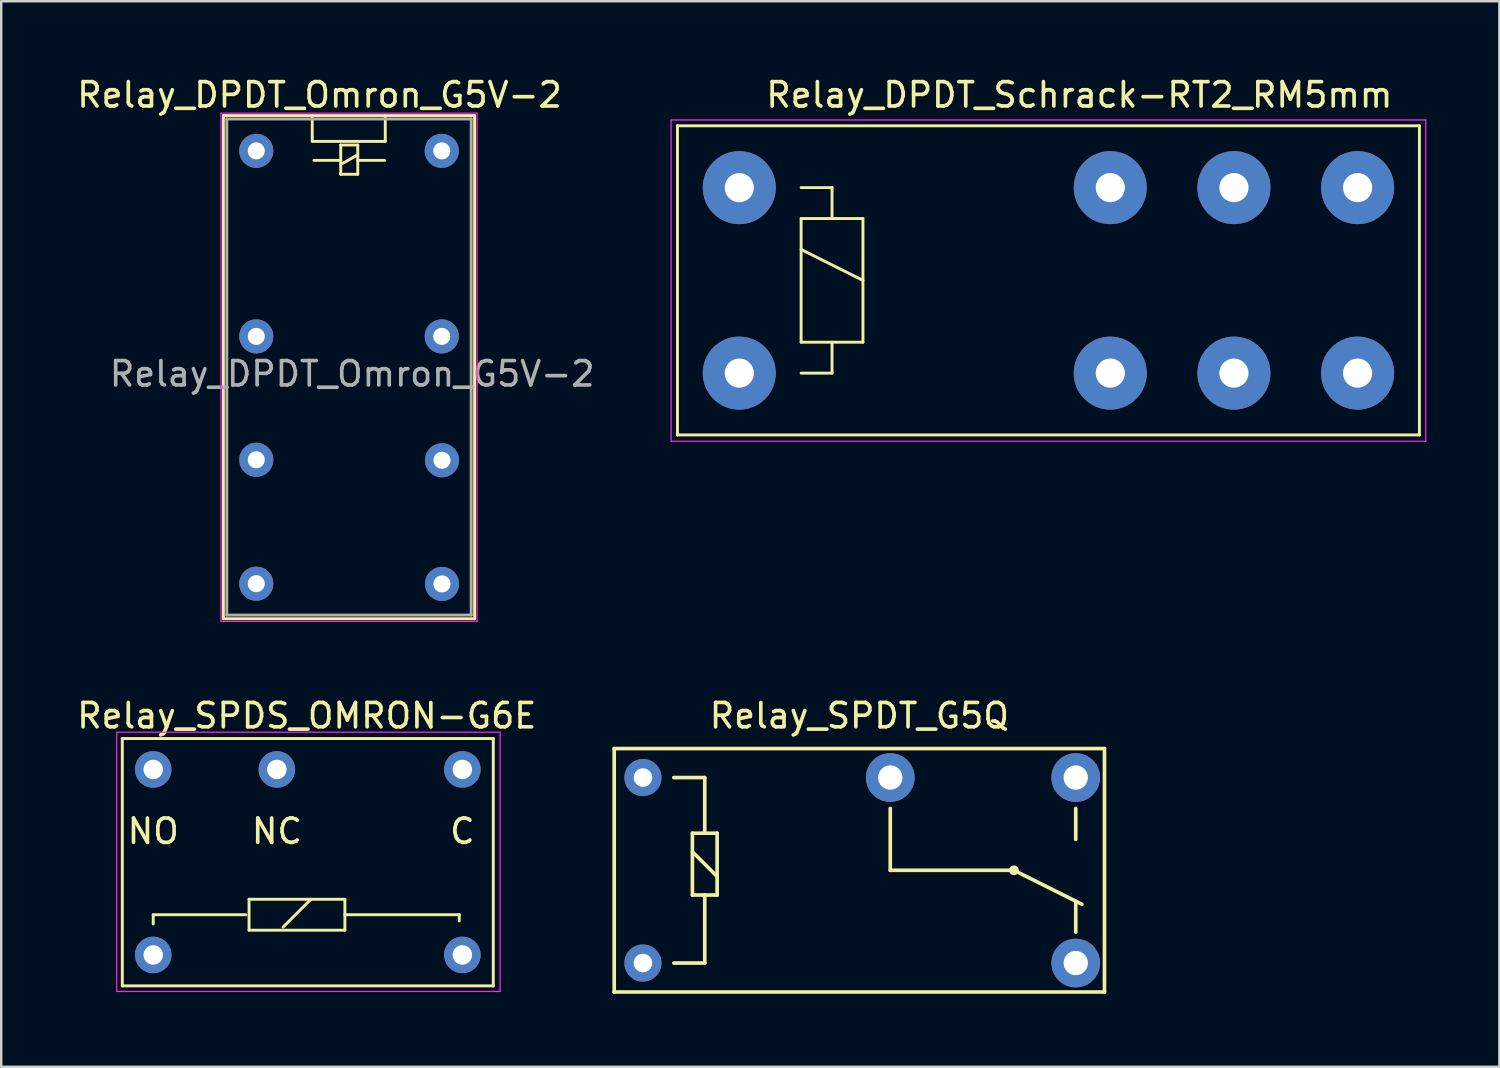
<source format=kicad_pcb>
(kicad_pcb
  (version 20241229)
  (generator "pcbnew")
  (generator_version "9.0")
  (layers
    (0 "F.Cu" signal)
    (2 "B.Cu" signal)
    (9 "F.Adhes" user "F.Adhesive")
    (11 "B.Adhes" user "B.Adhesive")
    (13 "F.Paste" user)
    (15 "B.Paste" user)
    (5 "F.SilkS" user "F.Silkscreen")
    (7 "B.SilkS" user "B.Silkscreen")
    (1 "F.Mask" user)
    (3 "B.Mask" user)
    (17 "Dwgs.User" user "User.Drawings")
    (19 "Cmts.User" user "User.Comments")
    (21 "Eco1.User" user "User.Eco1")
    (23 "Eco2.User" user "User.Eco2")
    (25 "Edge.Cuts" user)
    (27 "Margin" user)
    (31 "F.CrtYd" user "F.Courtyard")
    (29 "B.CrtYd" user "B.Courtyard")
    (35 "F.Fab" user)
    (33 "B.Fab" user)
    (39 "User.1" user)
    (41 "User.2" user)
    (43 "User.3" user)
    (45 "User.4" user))
  (footprint "Relay_SPDT_G5Q"
    (layer "F.Cu")
    (at 23.362 28.892)
    (property "Reference" "Relay_SPDT_G5Q" (at 8.89 -2.54 0) (layer "F.SilkS") (effects (font (size 1 1) (thickness 0.15))))
    (attr through_hole)
    (fp_line (start -1.18 -1.19) (end -1.18 8.81) (stroke (width 0.15) (type solid)) (layer "F.SilkS"))
    (fp_line (start -1.18 -1.19) (end 18.96 -1.19) (stroke (width 0.15) (type solid)) (layer "F.SilkS"))
    (fp_line (start -1.18 8.81) (end 18.96 8.81) (stroke (width 0.15) (type solid)) (layer "F.SilkS"))
    (fp_line (start 1.27 0) (end 2.54 0) (stroke (width 0.15) (type solid)) (layer "F.SilkS"))
    (fp_line (start 2.032 2.286) (end 2.032 4.826) (stroke (width 0.15) (type solid)) (layer "F.SilkS"))
    (fp_line (start 2.032 3.048) (end 3.048 4.064) (stroke (width 0.15) (type solid)) (layer "F.SilkS"))
    (fp_line (start 2.032 4.826) (end 2.54 4.826) (stroke (width 0.15) (type solid)) (layer "F.SilkS"))
    (fp_line (start 2.54 0) (end 2.54 2.286) (stroke (width 0.15) (type solid)) (layer "F.SilkS"))
    (fp_line (start 2.54 2.286) (end 2.032 2.286) (stroke (width 0.15) (type solid)) (layer "F.SilkS"))
    (fp_line (start 2.54 4.826) (end 2.54 7.62) (stroke (width 0.15) (type solid)) (layer "F.SilkS"))
    (fp_line (start 2.54 4.826) (end 3.048 4.826) (stroke (width 0.15) (type solid)) (layer "F.SilkS"))
    (fp_line (start 2.54 7.62) (end 1.27 7.62) (stroke (width 0.15) (type solid)) (layer "F.SilkS"))
    (fp_line (start 3.048 2.286) (end 2.54 2.286) (stroke (width 0.15) (type solid)) (layer "F.SilkS"))
    (fp_line (start 3.048 4.826) (end 3.048 2.286) (stroke (width 0.15) (type solid)) (layer "F.SilkS"))
    (fp_line (start 10.16 1.27) (end 10.16 3.81) (stroke (width 0.15) (type solid)) (layer "F.SilkS"))
    (fp_line (start 10.16 3.81) (end 15.24 3.81) (stroke (width 0.15) (type solid)) (layer "F.SilkS"))
    (fp_line (start 15.24 3.81) (end 18.034 5.207) (stroke (width 0.15) (type solid)) (layer "F.SilkS"))
    (fp_line (start 17.78 1.27) (end 17.78 2.54) (stroke (width 0.15) (type solid)) (layer "F.SilkS"))
    (fp_line (start 17.78 5.08) (end 17.78 6.35) (stroke (width 0.15) (type solid)) (layer "F.SilkS"))
    (fp_line (start 18.96 -1.19) (end 18.96 8.81) (stroke (width 0.15) (type solid)) (layer "F.SilkS"))
    (fp_circle (center 15.24 3.81) (end 15.24 3.683) (stroke (width 0.15) (type solid)) (fill no) (layer "F.SilkS"))
    (pad "1" thru_hole circle (at 0 0) (size 1.524 1.524) (drill 0.762) (layers "*.Cu" "*.Mask"))
    (pad "2" thru_hole circle (at 10.16 0) (size 2 2) (drill 1) (layers "*.Cu" "*.Mask"))
    (pad "3" thru_hole circle (at 17.78 0) (size 2 2) (drill 1) (layers "*.Cu" "*.Mask"))
    (pad "4" thru_hole circle (at 17.78 7.62) (size 2 2) (drill 1) (layers "*.Cu" "*.Mask"))
    (pad "5" thru_hole circle (at 0 7.62) (size 1.524 1.524) (drill 0.762) (layers "*.Cu" "*.Mask")))
  (footprint "Relay_SPDS_OMRON-G6E"
    (layer "F.Cu")
    (at 3.244 36.179)
    (property "Reference" "Relay_SPDS_OMRON-G6E" (at 6.309 -9.827 0) (layer "F.SilkS") (effects (font (size 1 1) (thickness 0.15))))
    (attr through_hole)
    (fp_line (start -1.27 -8.89) (end -1.27 1.27) (stroke (width 0.12) (type solid)) (layer "F.SilkS"))
    (fp_line (start -1.27 1.27) (end 13.97 1.27) (stroke (width 0.12) (type solid)) (layer "F.SilkS"))
    (fp_line (start 0 -1.651) (end 0 -1.27) (stroke (width 0.12) (type solid)) (layer "F.SilkS"))
    (fp_line (start 3.81 -1.651) (end 0 -1.651) (stroke (width 0.12) (type solid)) (layer "F.SilkS"))
    (fp_line (start 3.937 -2.286) (end 7.874 -2.286) (stroke (width 0.12) (type solid)) (layer "F.SilkS"))
    (fp_line (start 3.937 -1.016) (end 3.937 -2.286) (stroke (width 0.12) (type solid)) (layer "F.SilkS"))
    (fp_line (start 5.334 -1.143) (end 6.477 -2.286) (stroke (width 0.12) (type solid)) (layer "F.SilkS"))
    (fp_line (start 7.874 -2.286) (end 7.874 -1.016) (stroke (width 0.12) (type solid)) (layer "F.SilkS"))
    (fp_line (start 7.874 -1.651) (end 12.573 -1.651) (stroke (width 0.12) (type solid)) (layer "F.SilkS"))
    (fp_line (start 7.874 -1.016) (end 3.937 -1.016) (stroke (width 0.12) (type solid)) (layer "F.SilkS"))
    (fp_line (start 12.573 -1.651) (end 12.573 -1.397) (stroke (width 0.12) (type solid)) (layer "F.SilkS"))
    (fp_line (start 13.97 -8.89) (end -1.27 -8.89) (stroke (width 0.12) (type solid)) (layer "F.SilkS"))
    (fp_line (start 13.97 1.27) (end 13.97 -8.89) (stroke (width 0.12) (type solid)) (layer "F.SilkS"))
    (fp_line (start -1.5 -9.15) (end -1.5 1.5) (stroke (width 0.05) (type solid)) (layer "F.CrtYd"))
    (fp_line (start -1.5 -9.15) (end 14.25 -9.15) (stroke (width 0.05) (type solid)) (layer "F.CrtYd"))
    (fp_line (start -1.5 1.5) (end 14.25 1.5) (stroke (width 0.05) (type solid)) (layer "F.CrtYd"))
    (fp_line (start 14.25 -9.15) (end 14.25 1.5) (stroke (width 0.05) (type solid)) (layer "F.CrtYd"))
    (fp_text user "NO" (at 0 -5.08 0) (layer "F.SilkS") (effects (font (size 1 1) (thickness 0.15))))
    (fp_text user "NC" (at 5.08 -5.08 0) (layer "F.SilkS") (effects (font (size 1 1) (thickness 0.15))))
    (fp_text user "C" (at 12.7 -5.08 0) (layer "F.SilkS") (effects (font (size 1 1) (thickness 0.15))))
    (pad "1" thru_hole circle (at 0 0) (size 1.501 1.501) (drill 0.8) (layers "*.Cu" "*.Mask"))
    (pad "6" thru_hole circle (at 12.7 0) (size 1.501 1.501) (drill 0.8) (layers "*.Cu" "*.Mask"))
    (pad "7" thru_hole circle (at 12.7 -7.62) (size 1.501 1.501) (drill 0.8) (layers "*.Cu" "*.Mask"))
    (pad "10" thru_hole circle (at 5.08 -7.62) (size 1.501 1.501) (drill 0.8) (layers "*.Cu" "*.Mask"))
    (pad "12" thru_hole circle (at 0 -7.62) (size 1.501 1.501) (drill 0.8) (layers "*.Cu" "*.Mask")))
  (footprint "Relay_DPDT_Omron_G5V-2"
    (layer "F.Cu")
    (at 7.477 3.148)
    (property "Reference" "Relay_DPDT_Omron_G5V-2" (at 2.6 -2.3 0) (layer "F.SilkS") (effects (font (size 1 1) (thickness 0.15))))
    (attr through_hole)
    (fp_line (start -1.35 -1.45) (end -1.35 19.22) (stroke (width 0.12) (type solid)) (layer "F.SilkS"))
    (fp_line (start -1.35 19.22) (end 8.97 19.22) (stroke (width 0.12) (type solid)) (layer "F.SilkS"))
    (fp_line (start 2.3 -1.45) (end 2.3 -0.41) (stroke (width 0.12) (type solid)) (layer "F.SilkS"))
    (fp_line (start 2.3 -0.39) (end 5.3 -0.39) (stroke (width 0.12) (type solid)) (layer "F.SilkS"))
    (fp_line (start 3.47 -0.24) (end 3.47 0.96) (stroke (width 0.12) (type solid)) (layer "F.SilkS"))
    (fp_line (start 3.47 0.39) (end 2.37 0.39) (stroke (width 0.12) (type solid)) (layer "F.SilkS"))
    (fp_line (start 3.47 0.56) (end 4.17 0.16) (stroke (width 0.12) (type solid)) (layer "F.SilkS"))
    (fp_line (start 3.47 0.96) (end 4.17 0.96) (stroke (width 0.12) (type solid)) (layer "F.SilkS"))
    (fp_line (start 4.17 -0.24) (end 3.47 -0.24) (stroke (width 0.12) (type solid)) (layer "F.SilkS"))
    (fp_line (start 4.17 0.39) (end 5.27 0.39) (stroke (width 0.12) (type solid)) (layer "F.SilkS"))
    (fp_line (start 4.17 0.96) (end 4.17 -0.24) (stroke (width 0.12) (type solid)) (layer "F.SilkS"))
    (fp_line (start 5.3 -0.39) (end 5.3 -1.45) (stroke (width 0.12) (type solid)) (layer "F.SilkS"))
    (fp_line (start 8.97 -1.45) (end -1.35 -1.45) (stroke (width 0.12) (type solid)) (layer "F.SilkS"))
    (fp_line (start 8.97 19.22) (end 8.97 -1.45) (stroke (width 0.12) (type solid)) (layer "F.SilkS"))
    (fp_line (start -1.45 -1.55) (end -1.45 19.33) (stroke (width 0.05) (type solid)) (layer "F.CrtYd"))
    (fp_line (start -1.45 -1.55) (end 9.07 -1.55) (stroke (width 0.05) (type solid)) (layer "F.CrtYd"))
    (fp_line (start 9.07 -1.55) (end 9.07 19.33) (stroke (width 0.05) (type solid)) (layer "F.CrtYd"))
    (fp_line (start 9.07 19.33) (end -1.45 19.33) (stroke (width 0.05) (type solid)) (layer "F.CrtYd"))
    (fp_line (start -1.21 -1.31) (end -1.21 19.07) (stroke (width 0.12) (type solid)) (layer "F.Fab"))
    (fp_line (start -1.21 19.07) (end 8.83 19.07) (stroke (width 0.12) (type solid)) (layer "F.Fab"))
    (fp_line (start 8.83 -1.31) (end -1.21 -1.31) (stroke (width 0.12) (type solid)) (layer "F.Fab"))
    (fp_line (start 8.83 19.07) (end 8.83 -1.31) (stroke (width 0.12) (type solid)) (layer "F.Fab"))
    (fp_text user "${REFERENCE}" (at 3.94 9.16 0) (layer "F.Fab") (effects (font (size 1 1) (thickness 0.15))))
    (pad "1" thru_hole circle (at 0 0) (size 1.4 1.4) (drill 0.7) (layers "*.Cu" "*.Mask"))
    (pad "4" thru_hole circle (at 0 7.62) (size 1.4 1.4) (drill 0.7) (layers "*.Cu" "*.Mask"))
    (pad "6" thru_hole circle (at 0 12.69) (size 1.4 1.4) (drill 0.7) (layers "*.Cu" "*.Mask"))
    (pad "8" thru_hole circle (at 0 17.78) (size 1.4 1.4) (drill 0.7) (layers "*.Cu" "*.Mask"))
    (pad "9" thru_hole circle (at 7.63 17.79) (size 1.4 1.4) (drill 0.7) (layers "*.Cu" "*.Mask"))
    (pad "11" thru_hole circle (at 7.63 12.71) (size 1.4 1.4) (drill 0.7) (layers "*.Cu" "*.Mask"))
    (pad "13" thru_hole circle (at 7.62 7.62) (size 1.4 1.4) (drill 0.7) (layers "*.Cu" "*.Mask"))
    (pad "16" thru_hole circle (at 7.62 0) (size 1.4 1.4) (drill 0.7) (layers "*.Cu" "*.Mask")))
  (footprint "Relay_DPDT_Schrack-RT2_RM5mm"
    (layer "F.Cu")
    (at 27.32 12.278)
    (property "Reference" "Relay_DPDT_Schrack-RT2_RM5mm" (at 13.97 -11.43 0) (layer "F.SilkS") (effects (font (size 1 1) (thickness 0.15))))
    (attr through_hole)
    (fp_line (start -2.54 -10.16) (end 27.94 -10.16) (stroke (width 0.12) (type solid)) (layer "F.SilkS"))
    (fp_line (start -2.54 2.54) (end -2.54 -10.16) (stroke (width 0.12) (type solid)) (layer "F.SilkS"))
    (fp_line (start 2.54 -7.62) (end 3.81 -7.62) (stroke (width 0.12) (type solid)) (layer "F.SilkS"))
    (fp_line (start 2.54 -6.35) (end 3.81 -6.35) (stroke (width 0.12) (type solid)) (layer "F.SilkS"))
    (fp_line (start 2.54 -5.08) (end 5.08 -3.81) (stroke (width 0.12) (type solid)) (layer "F.SilkS"))
    (fp_line (start 2.54 -1.27) (end 2.54 -6.35) (stroke (width 0.12) (type solid)) (layer "F.SilkS"))
    (fp_line (start 3.81 -7.62) (end 3.81 -6.35) (stroke (width 0.12) (type solid)) (layer "F.SilkS"))
    (fp_line (start 3.81 -6.35) (end 5.08 -6.35) (stroke (width 0.12) (type solid)) (layer "F.SilkS"))
    (fp_line (start 3.81 -1.27) (end 3.81 0) (stroke (width 0.12) (type solid)) (layer "F.SilkS"))
    (fp_line (start 3.81 0) (end 2.54 0) (stroke (width 0.12) (type solid)) (layer "F.SilkS"))
    (fp_line (start 5.08 -6.35) (end 5.08 -1.27) (stroke (width 0.12) (type solid)) (layer "F.SilkS"))
    (fp_line (start 5.08 -1.27) (end 2.54 -1.27) (stroke (width 0.12) (type solid)) (layer "F.SilkS"))
    (fp_line (start 27.94 -10.16) (end 27.94 2.54) (stroke (width 0.12) (type solid)) (layer "F.SilkS"))
    (fp_line (start 27.94 2.54) (end -2.54 2.54) (stroke (width 0.12) (type solid)) (layer "F.SilkS"))
    (fp_line (start -2.8 -10.4) (end 28.2 -10.4) (stroke (width 0.05) (type solid)) (layer "F.CrtYd"))
    (fp_line (start -2.8 2.8) (end -2.8 -10.4) (stroke (width 0.05) (type solid)) (layer "F.CrtYd"))
    (fp_line (start 28.2 -10.4) (end 28.2 2.8) (stroke (width 0.05) (type solid)) (layer "F.CrtYd"))
    (fp_line (start 28.2 2.8) (end -2.8 2.8) (stroke (width 0.05) (type solid)) (layer "F.CrtYd"))
    (pad "11" thru_hole circle (at 20.32 -7.62) (size 3 3) (drill 1.199) (layers "*.Cu" "*.Mask"))
    (pad "12" thru_hole circle (at 15.24 -7.62) (size 3 3) (drill 1.199) (layers "*.Cu" "*.Mask"))
    (pad "14" thru_hole circle (at 25.4 -7.62) (size 3 3) (drill 1.199) (layers "*.Cu" "*.Mask"))
    (pad "21" thru_hole circle (at 20.32 0) (size 3 3) (drill 1.199) (layers "*.Cu" "*.Mask"))
    (pad "22" thru_hole circle (at 15.24 0) (size 3 3) (drill 1.199) (layers "*.Cu" "*.Mask"))
    (pad "24" thru_hole circle (at 25.4 0) (size 3 3) (drill 1.199) (layers "*.Cu" "*.Mask"))
    (pad "A1" thru_hole circle (at 0 -7.62) (size 3 3) (drill 1.199) (layers "*.Cu" "*.Mask"))
    (pad "A2" thru_hole circle (at 0 0) (size 3 3) (drill 1.199) (layers "*.Cu" "*.Mask")))
  (gr_rect
    (start -3 -3)
    (end 58.545 40.776)
    (stroke (width 0.1) (type default))
    (fill no)
    (layer "Edge.Cuts")))
</source>
